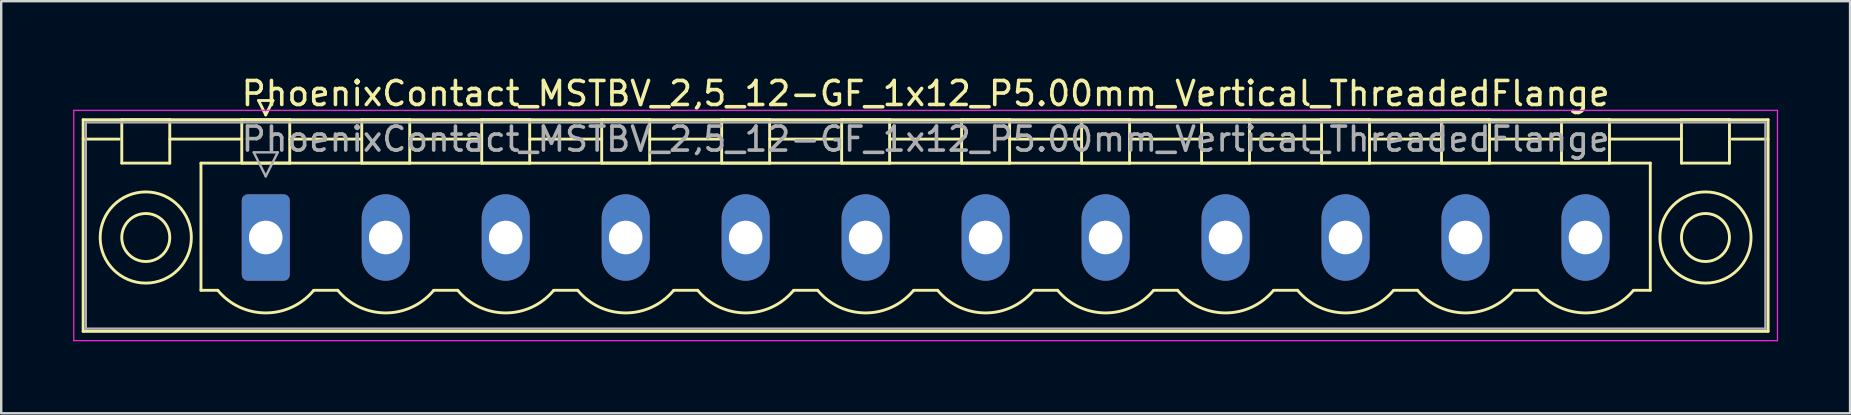
<source format=kicad_pcb>
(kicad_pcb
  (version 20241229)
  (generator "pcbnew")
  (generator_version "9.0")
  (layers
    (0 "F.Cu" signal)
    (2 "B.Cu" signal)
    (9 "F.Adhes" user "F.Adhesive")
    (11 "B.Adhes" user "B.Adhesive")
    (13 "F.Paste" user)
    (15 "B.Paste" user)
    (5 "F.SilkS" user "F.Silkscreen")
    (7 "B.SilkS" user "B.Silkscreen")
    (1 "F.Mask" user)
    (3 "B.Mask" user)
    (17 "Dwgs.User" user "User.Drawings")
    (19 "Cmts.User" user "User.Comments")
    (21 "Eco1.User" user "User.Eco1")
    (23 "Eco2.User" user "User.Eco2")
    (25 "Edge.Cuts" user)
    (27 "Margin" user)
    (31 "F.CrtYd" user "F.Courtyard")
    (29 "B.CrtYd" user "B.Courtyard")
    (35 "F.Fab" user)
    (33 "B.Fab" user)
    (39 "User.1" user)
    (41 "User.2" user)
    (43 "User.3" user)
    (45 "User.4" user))
  (footprint "PhoenixContact_MSTBV_2,5_12-GF_1x12_P5.00mm_Vertical_ThreadedFlange"
    (layer "F.Cu")
    (at 8.025 6.848)
    (property "Reference" "PhoenixContact_MSTBV_2,5_12-GF_1x12_P5.00mm_Vertical_ThreadedFlange" (at 27.5 -6 0) (layer "F.SilkS") (effects (font (size 1 1) (thickness 0.15))))
    (attr through_hole)
    (fp_line (start -7.61 -4.91) (end -7.61 3.91) (stroke (width 0.12) (type solid)) (layer "F.SilkS"))
    (fp_line (start -7.61 -4.1) (end -6.11 -4.1) (stroke (width 0.12) (type solid)) (layer "F.SilkS"))
    (fp_line (start -7.61 3.91) (end 62.61 3.91) (stroke (width 0.12) (type solid)) (layer "F.SilkS"))
    (fp_line (start -6 -4.91) (end -4 -4.91) (stroke (width 0.12) (type solid)) (layer "F.SilkS"))
    (fp_line (start -6 -3.1) (end -6 -4.91) (stroke (width 0.12) (type solid)) (layer "F.SilkS"))
    (fp_line (start -4 -4.91) (end -4 -3.1) (stroke (width 0.12) (type solid)) (layer "F.SilkS"))
    (fp_line (start -4 -4.1) (end -1 -4.1) (stroke (width 0.12) (type solid)) (layer "F.SilkS"))
    (fp_line (start -4 -3.1) (end -6 -3.1) (stroke (width 0.12) (type solid)) (layer "F.SilkS"))
    (fp_line (start -2.7 -3.1) (end 57.7 -3.1) (stroke (width 0.12) (type solid)) (layer "F.SilkS"))
    (fp_line (start -2.7 2.2) (end -2.7 -3.1) (stroke (width 0.12) (type solid)) (layer "F.SilkS"))
    (fp_line (start -2 2.2) (end -2.7 2.2) (stroke (width 0.12) (type solid)) (layer "F.SilkS"))
    (fp_line (start -1 -4.91) (end 1 -4.91) (stroke (width 0.12) (type solid)) (layer "F.SilkS"))
    (fp_line (start -1 -3.1) (end -1 -4.91) (stroke (width 0.12) (type solid)) (layer "F.SilkS"))
    (fp_line (start -0.3 -5.71) (end 0.3 -5.71) (stroke (width 0.12) (type solid)) (layer "F.SilkS"))
    (fp_line (start 0 -5.11) (end -0.3 -5.71) (stroke (width 0.12) (type solid)) (layer "F.SilkS"))
    (fp_line (start 0.3 -5.71) (end 0 -5.11) (stroke (width 0.12) (type solid)) (layer "F.SilkS"))
    (fp_line (start 1 -4.91) (end 1 -3.1) (stroke (width 0.12) (type solid)) (layer "F.SilkS"))
    (fp_line (start 1 -4.1) (end 4 -4.1) (stroke (width 0.12) (type solid)) (layer "F.SilkS"))
    (fp_line (start 1 -3.1) (end -1 -3.1) (stroke (width 0.12) (type solid)) (layer "F.SilkS"))
    (fp_line (start 2 2.2) (end 3 2.2) (stroke (width 0.12) (type solid)) (layer "F.SilkS"))
    (fp_line (start 4 -4.91) (end 6 -4.91) (stroke (width 0.12) (type solid)) (layer "F.SilkS"))
    (fp_line (start 4 -3.1) (end 4 -4.91) (stroke (width 0.12) (type solid)) (layer "F.SilkS"))
    (fp_line (start 6 -4.91) (end 6 -3.1) (stroke (width 0.12) (type solid)) (layer "F.SilkS"))
    (fp_line (start 6 -4.1) (end 9 -4.1) (stroke (width 0.12) (type solid)) (layer "F.SilkS"))
    (fp_line (start 6 -3.1) (end 4 -3.1) (stroke (width 0.12) (type solid)) (layer "F.SilkS"))
    (fp_line (start 7 2.2) (end 8 2.2) (stroke (width 0.12) (type solid)) (layer "F.SilkS"))
    (fp_line (start 9 -4.91) (end 11 -4.91) (stroke (width 0.12) (type solid)) (layer "F.SilkS"))
    (fp_line (start 9 -3.1) (end 9 -4.91) (stroke (width 0.12) (type solid)) (layer "F.SilkS"))
    (fp_line (start 11 -4.91) (end 11 -3.1) (stroke (width 0.12) (type solid)) (layer "F.SilkS"))
    (fp_line (start 11 -4.1) (end 14 -4.1) (stroke (width 0.12) (type solid)) (layer "F.SilkS"))
    (fp_line (start 11 -3.1) (end 9 -3.1) (stroke (width 0.12) (type solid)) (layer "F.SilkS"))
    (fp_line (start 12 2.2) (end 13 2.2) (stroke (width 0.12) (type solid)) (layer "F.SilkS"))
    (fp_line (start 14 -4.91) (end 16 -4.91) (stroke (width 0.12) (type solid)) (layer "F.SilkS"))
    (fp_line (start 14 -3.1) (end 14 -4.91) (stroke (width 0.12) (type solid)) (layer "F.SilkS"))
    (fp_line (start 16 -4.91) (end 16 -3.1) (stroke (width 0.12) (type solid)) (layer "F.SilkS"))
    (fp_line (start 16 -4.1) (end 19 -4.1) (stroke (width 0.12) (type solid)) (layer "F.SilkS"))
    (fp_line (start 16 -3.1) (end 14 -3.1) (stroke (width 0.12) (type solid)) (layer "F.SilkS"))
    (fp_line (start 17 2.2) (end 18 2.2) (stroke (width 0.12) (type solid)) (layer "F.SilkS"))
    (fp_line (start 19 -4.91) (end 21 -4.91) (stroke (width 0.12) (type solid)) (layer "F.SilkS"))
    (fp_line (start 19 -3.1) (end 19 -4.91) (stroke (width 0.12) (type solid)) (layer "F.SilkS"))
    (fp_line (start 21 -4.91) (end 21 -3.1) (stroke (width 0.12) (type solid)) (layer "F.SilkS"))
    (fp_line (start 21 -4.1) (end 24 -4.1) (stroke (width 0.12) (type solid)) (layer "F.SilkS"))
    (fp_line (start 21 -3.1) (end 19 -3.1) (stroke (width 0.12) (type solid)) (layer "F.SilkS"))
    (fp_line (start 22 2.2) (end 23 2.2) (stroke (width 0.12) (type solid)) (layer "F.SilkS"))
    (fp_line (start 24 -4.91) (end 26 -4.91) (stroke (width 0.12) (type solid)) (layer "F.SilkS"))
    (fp_line (start 24 -3.1) (end 24 -4.91) (stroke (width 0.12) (type solid)) (layer "F.SilkS"))
    (fp_line (start 26 -4.91) (end 26 -3.1) (stroke (width 0.12) (type solid)) (layer "F.SilkS"))
    (fp_line (start 26 -4.1) (end 29 -4.1) (stroke (width 0.12) (type solid)) (layer "F.SilkS"))
    (fp_line (start 26 -3.1) (end 24 -3.1) (stroke (width 0.12) (type solid)) (layer "F.SilkS"))
    (fp_line (start 27 2.2) (end 28 2.2) (stroke (width 0.12) (type solid)) (layer "F.SilkS"))
    (fp_line (start 29 -4.91) (end 31 -4.91) (stroke (width 0.12) (type solid)) (layer "F.SilkS"))
    (fp_line (start 29 -3.1) (end 29 -4.91) (stroke (width 0.12) (type solid)) (layer "F.SilkS"))
    (fp_line (start 31 -4.91) (end 31 -3.1) (stroke (width 0.12) (type solid)) (layer "F.SilkS"))
    (fp_line (start 31 -4.1) (end 34 -4.1) (stroke (width 0.12) (type solid)) (layer "F.SilkS"))
    (fp_line (start 31 -3.1) (end 29 -3.1) (stroke (width 0.12) (type solid)) (layer "F.SilkS"))
    (fp_line (start 32 2.2) (end 33 2.2) (stroke (width 0.12) (type solid)) (layer "F.SilkS"))
    (fp_line (start 34 -4.91) (end 36 -4.91) (stroke (width 0.12) (type solid)) (layer "F.SilkS"))
    (fp_line (start 34 -3.1) (end 34 -4.91) (stroke (width 0.12) (type solid)) (layer "F.SilkS"))
    (fp_line (start 36 -4.91) (end 36 -3.1) (stroke (width 0.12) (type solid)) (layer "F.SilkS"))
    (fp_line (start 36 -4.1) (end 39 -4.1) (stroke (width 0.12) (type solid)) (layer "F.SilkS"))
    (fp_line (start 36 -3.1) (end 34 -3.1) (stroke (width 0.12) (type solid)) (layer "F.SilkS"))
    (fp_line (start 37 2.2) (end 38 2.2) (stroke (width 0.12) (type solid)) (layer "F.SilkS"))
    (fp_line (start 39 -4.91) (end 41 -4.91) (stroke (width 0.12) (type solid)) (layer "F.SilkS"))
    (fp_line (start 39 -3.1) (end 39 -4.91) (stroke (width 0.12) (type solid)) (layer "F.SilkS"))
    (fp_line (start 41 -4.91) (end 41 -3.1) (stroke (width 0.12) (type solid)) (layer "F.SilkS"))
    (fp_line (start 41 -4.1) (end 44 -4.1) (stroke (width 0.12) (type solid)) (layer "F.SilkS"))
    (fp_line (start 41 -3.1) (end 39 -3.1) (stroke (width 0.12) (type solid)) (layer "F.SilkS"))
    (fp_line (start 42 2.2) (end 43 2.2) (stroke (width 0.12) (type solid)) (layer "F.SilkS"))
    (fp_line (start 44 -4.91) (end 46 -4.91) (stroke (width 0.12) (type solid)) (layer "F.SilkS"))
    (fp_line (start 44 -3.1) (end 44 -4.91) (stroke (width 0.12) (type solid)) (layer "F.SilkS"))
    (fp_line (start 46 -4.91) (end 46 -3.1) (stroke (width 0.12) (type solid)) (layer "F.SilkS"))
    (fp_line (start 46 -4.1) (end 49 -4.1) (stroke (width 0.12) (type solid)) (layer "F.SilkS"))
    (fp_line (start 46 -3.1) (end 44 -3.1) (stroke (width 0.12) (type solid)) (layer "F.SilkS"))
    (fp_line (start 47 2.2) (end 48 2.2) (stroke (width 0.12) (type solid)) (layer "F.SilkS"))
    (fp_line (start 49 -4.91) (end 51 -4.91) (stroke (width 0.12) (type solid)) (layer "F.SilkS"))
    (fp_line (start 49 -3.1) (end 49 -4.91) (stroke (width 0.12) (type solid)) (layer "F.SilkS"))
    (fp_line (start 51 -4.91) (end 51 -3.1) (stroke (width 0.12) (type solid)) (layer "F.SilkS"))
    (fp_line (start 51 -4.1) (end 54 -4.1) (stroke (width 0.12) (type solid)) (layer "F.SilkS"))
    (fp_line (start 51 -3.1) (end 49 -3.1) (stroke (width 0.12) (type solid)) (layer "F.SilkS"))
    (fp_line (start 52 2.2) (end 53 2.2) (stroke (width 0.12) (type solid)) (layer "F.SilkS"))
    (fp_line (start 54 -4.91) (end 56 -4.91) (stroke (width 0.12) (type solid)) (layer "F.SilkS"))
    (fp_line (start 54 -3.1) (end 54 -4.91) (stroke (width 0.12) (type solid)) (layer "F.SilkS"))
    (fp_line (start 56 -4.91) (end 56 -3.1) (stroke (width 0.12) (type solid)) (layer "F.SilkS"))
    (fp_line (start 56 -4.1) (end 59 -4.1) (stroke (width 0.12) (type solid)) (layer "F.SilkS"))
    (fp_line (start 56 -3.1) (end 54 -3.1) (stroke (width 0.12) (type solid)) (layer "F.SilkS"))
    (fp_line (start 57.7 -3.1) (end 57.7 2.2) (stroke (width 0.12) (type solid)) (layer "F.SilkS"))
    (fp_line (start 57.7 2.2) (end 57 2.2) (stroke (width 0.12) (type solid)) (layer "F.SilkS"))
    (fp_line (start 59 -4.91) (end 61 -4.91) (stroke (width 0.12) (type solid)) (layer "F.SilkS"))
    (fp_line (start 59 -3.1) (end 59 -4.91) (stroke (width 0.12) (type solid)) (layer "F.SilkS"))
    (fp_line (start 61 -4.91) (end 61 -3.1) (stroke (width 0.12) (type solid)) (layer "F.SilkS"))
    (fp_line (start 61 -3.1) (end 59 -3.1) (stroke (width 0.12) (type solid)) (layer "F.SilkS"))
    (fp_line (start 62.61 -4.91) (end -7.61 -4.91) (stroke (width 0.12) (type solid)) (layer "F.SilkS"))
    (fp_line (start 62.61 -4.1) (end 61.11 -4.1) (stroke (width 0.12) (type solid)) (layer "F.SilkS"))
    (fp_line (start 62.61 3.91) (end 62.61 -4.91) (stroke (width 0.12) (type solid)) (layer "F.SilkS"))
    (fp_arc (start 1.986842 2.215821) (mid -0.010289 3.142758) (end -2 2.2) (stroke (width 0.12) (type solid)) (layer "F.SilkS"))
    (fp_arc (start 6.986842 2.215821) (mid 4.989711 3.142758) (end 3 2.2) (stroke (width 0.12) (type solid)) (layer "F.SilkS"))
    (fp_arc (start 11.986842 2.215821) (mid 9.989711 3.142758) (end 8 2.2) (stroke (width 0.12) (type solid)) (layer "F.SilkS"))
    (fp_arc (start 16.986842 2.215821) (mid 14.989711 3.142758) (end 13 2.2) (stroke (width 0.12) (type solid)) (layer "F.SilkS"))
    (fp_arc (start 21.986842 2.215821) (mid 19.989711 3.142758) (end 18 2.2) (stroke (width 0.12) (type solid)) (layer "F.SilkS"))
    (fp_arc (start 26.986842 2.215821) (mid 24.989711 3.142758) (end 23 2.2) (stroke (width 0.12) (type solid)) (layer "F.SilkS"))
    (fp_arc (start 31.986842 2.215821) (mid 29.989711 3.142758) (end 28 2.2) (stroke (width 0.12) (type solid)) (layer "F.SilkS"))
    (fp_arc (start 36.986842 2.215821) (mid 34.989711 3.142758) (end 33 2.2) (stroke (width 0.12) (type solid)) (layer "F.SilkS"))
    (fp_arc (start 41.986842 2.215821) (mid 39.989711 3.142758) (end 38 2.2) (stroke (width 0.12) (type solid)) (layer "F.SilkS"))
    (fp_arc (start 46.986842 2.215821) (mid 44.989711 3.142758) (end 43 2.2) (stroke (width 0.12) (type solid)) (layer "F.SilkS"))
    (fp_arc (start 51.986842 2.215821) (mid 49.989711 3.142758) (end 48 2.2) (stroke (width 0.12) (type solid)) (layer "F.SilkS"))
    (fp_arc (start 56.986842 2.215821) (mid 54.989711 3.142758) (end 53 2.2) (stroke (width 0.12) (type solid)) (layer "F.SilkS"))
    (fp_circle (center -5 0) (end -4 0) (stroke (width 0.12) (type solid)) (fill no) (layer "F.SilkS"))
    (fp_circle (center -5 0) (end -3.1 0) (stroke (width 0.12) (type solid)) (fill no) (layer "F.SilkS"))
    (fp_circle (center 60 0) (end 61 0) (stroke (width 0.12) (type solid)) (fill no) (layer "F.SilkS"))
    (fp_circle (center 60 0) (end 61.9 0) (stroke (width 0.12) (type solid)) (fill no) (layer "F.SilkS"))
    (fp_line (start -8 -5.3) (end -8 4.3) (stroke (width 0.05) (type solid)) (layer "F.CrtYd"))
    (fp_line (start -8 4.3) (end 63 4.3) (stroke (width 0.05) (type solid)) (layer "F.CrtYd"))
    (fp_line (start 63 -5.3) (end -8 -5.3) (stroke (width 0.05) (type solid)) (layer "F.CrtYd"))
    (fp_line (start 63 4.3) (end 63 -5.3) (stroke (width 0.05) (type solid)) (layer "F.CrtYd"))
    (fp_line (start -7.5 -4.8) (end -7.5 3.8) (stroke (width 0.1) (type solid)) (layer "F.Fab"))
    (fp_line (start -7.5 3.8) (end 62.5 3.8) (stroke (width 0.1) (type solid)) (layer "F.Fab"))
    (fp_line (start -0.5 -3.55) (end 0.5 -3.55) (stroke (width 0.1) (type solid)) (layer "F.Fab"))
    (fp_line (start 0 -2.55) (end -0.5 -3.55) (stroke (width 0.1) (type solid)) (layer "F.Fab"))
    (fp_line (start 0.5 -3.55) (end 0 -2.55) (stroke (width 0.1) (type solid)) (layer "F.Fab"))
    (fp_line (start 62.5 -4.8) (end -7.5 -4.8) (stroke (width 0.1) (type solid)) (layer "F.Fab"))
    (fp_line (start 62.5 3.8) (end 62.5 -4.8) (stroke (width 0.1) (type solid)) (layer "F.Fab"))
    (fp_text user "${REFERENCE}" (at 27.5 -4.1 0) (layer "F.Fab") (effects (font (size 1 1) (thickness 0.15))))
    (pad "1" thru_hole roundrect (at 0 0) (size 2 3.6) (drill 1.4) (layers "*.Cu" "*.Mask") (roundrect_rratio 0.125))
    (pad "2" thru_hole oval (at 5 0) (size 2 3.6) (drill 1.4) (layers "*.Cu" "*.Mask"))
    (pad "3" thru_hole oval (at 10 0) (size 2 3.6) (drill 1.4) (layers "*.Cu" "*.Mask"))
    (pad "4" thru_hole oval (at 15 0) (size 2 3.6) (drill 1.4) (layers "*.Cu" "*.Mask"))
    (pad "5" thru_hole oval (at 20 0) (size 2 3.6) (drill 1.4) (layers "*.Cu" "*.Mask"))
    (pad "6" thru_hole oval (at 25 0) (size 2 3.6) (drill 1.4) (layers "*.Cu" "*.Mask"))
    (pad "7" thru_hole oval (at 30 0) (size 2 3.6) (drill 1.4) (layers "*.Cu" "*.Mask"))
    (pad "8" thru_hole oval (at 35 0) (size 2 3.6) (drill 1.4) (layers "*.Cu" "*.Mask"))
    (pad "9" thru_hole oval (at 40 0) (size 2 3.6) (drill 1.4) (layers "*.Cu" "*.Mask"))
    (pad "10" thru_hole oval (at 45 0) (size 2 3.6) (drill 1.4) (layers "*.Cu" "*.Mask"))
    (pad "11" thru_hole oval (at 50 0) (size 2 3.6) (drill 1.4) (layers "*.Cu" "*.Mask"))
    (pad "12" thru_hole oval (at 55 0) (size 2 3.6) (drill 1.4) (layers "*.Cu" "*.Mask")))
  (gr_rect
    (start -3 -3)
    (end 74.05 14.173)
    (stroke (width 0.1) (type default))
    (fill no)
    (layer "Edge.Cuts")))
</source>
